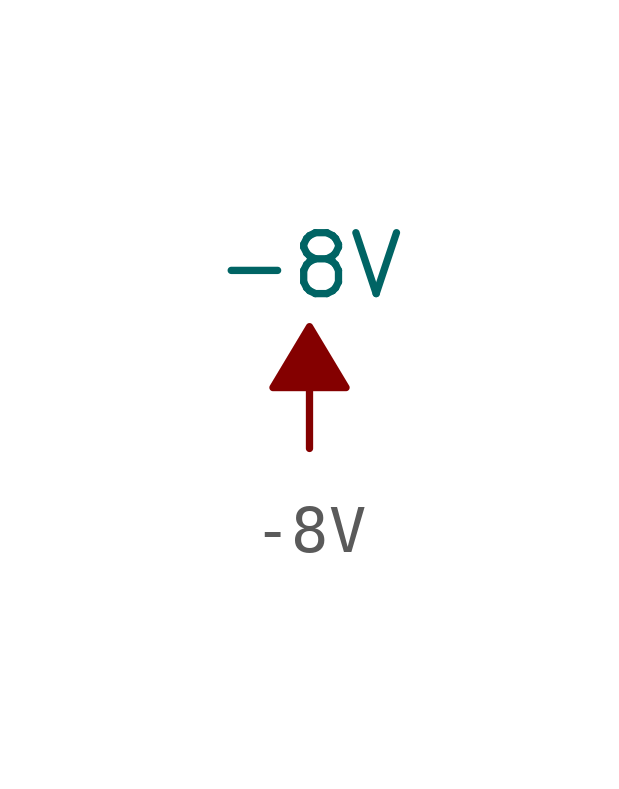
<source format=kicad_sym>
(kicad_symbol_lib
  (version 20211014)
  (generator kicad_symbol_editor)
  (symbol "-8V"
    (power)
    (pin_names
      (offset 0))
    (property "Reference" "#PWR"
      (at 0 2.54 0)
      (effects (font (size 1.27 1.27)) hide))
    (property "Value" "-8V"
      (at 0 3.81 0)
      (effects (font (size 1.27 1.27))))
    (symbol "-8V_0_0"
      (pin power_in line (at 0 0 90) (length 0) hide (name "-8V" (effects (font (size 1.27 1.27)))) (number "1" (effects (font (size 1.27 1.27))))))
    (symbol "-8V_0_1"
      (polyline (pts (xy 0 0) (xy 0 1.27) (xy 0.762 1.27) (xy 0 2.54) (xy -0.762 1.27) (xy 0 1.27)) (stroke (width 0) (type default) (color 0 0 0 0)) (fill (type outline))))))
</source>
